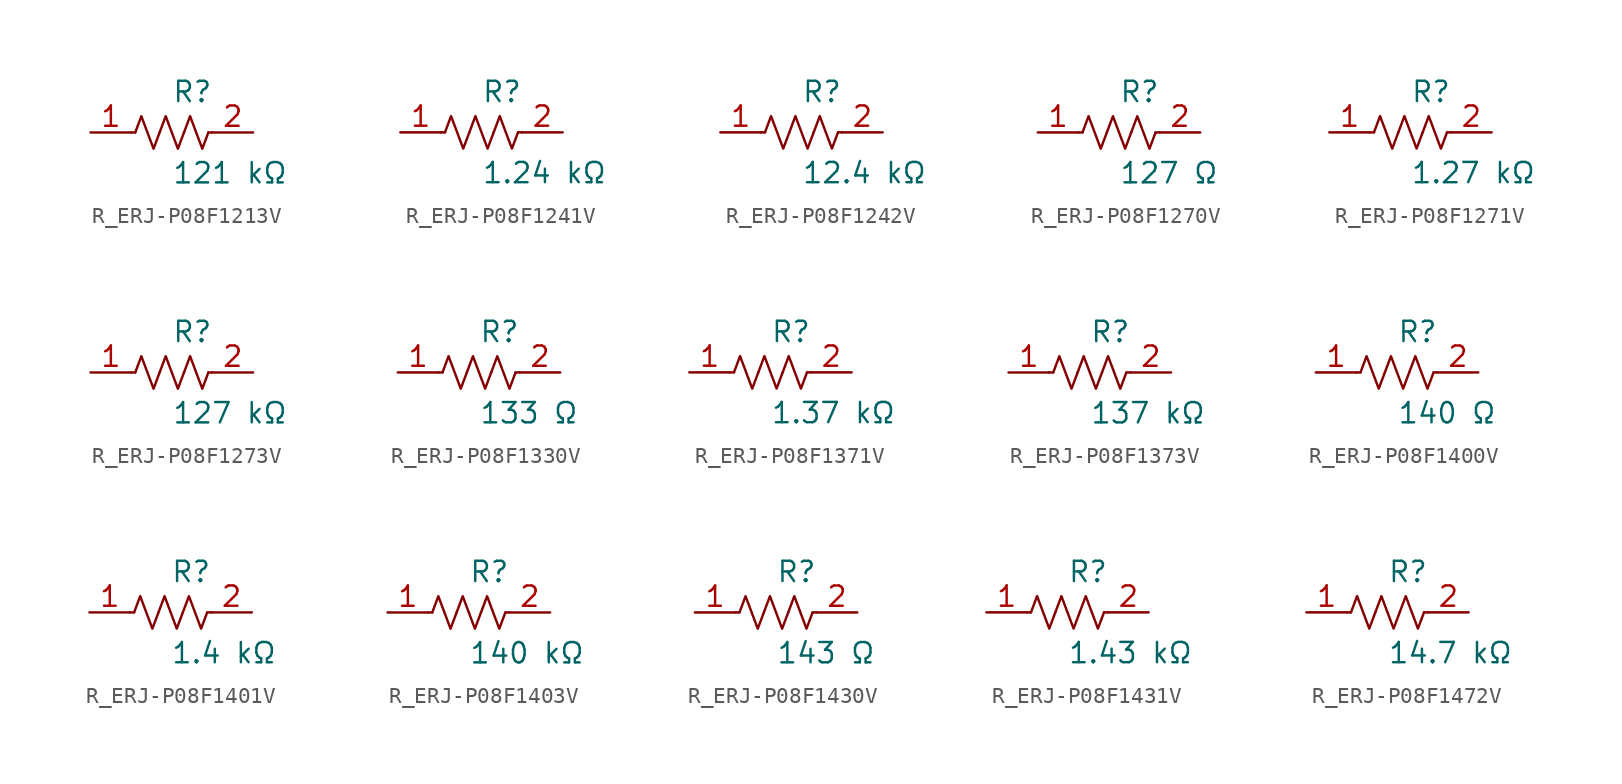
<source format=kicad_sym>
(kicad_symbol_lib
  (version 20231120)
  (generator kicad_symbol_editor)
  (generator_version 8.0)
  (symbol "R_ERJ-P08F1213V"
    (pin_names
      (offset 0.254))
    (property "Reference" "R"
      (at 0.0 2.54 0)
      (effects (font (size 1.27 1.27)) (justify left)))
    (property "Value" "121 kΩ"
      (at 0.0 -2.54 0)
      (effects (font (size 1.27 1.27)) (justify left)))
    (symbol "R_ERJ-P08F1213V_0_1"
      (polyline (pts (xy 2.286 0) (xy 2.54 0)) (stroke (width 0) (type default)) (fill (type none)))
      (polyline (pts (xy -2.286 0) (xy -2.54 0)) (stroke (width 0) (type default)) (fill (type none)))
      (polyline (pts (xy 0.762 0) (xy 1.143 1.016) (xy 1.524 0) (xy 1.905 -1.016) (xy 2.286 0)) (stroke (width 0) (type default)) (fill (type none)))
      (polyline (pts (xy -0.762 0) (xy -0.381 1.016) (xy 0 0) (xy 0.381 -1.016) (xy 0.762 0)) (stroke (width 0) (type default)) (fill (type none)))
      (polyline (pts (xy -2.286 0) (xy -1.905 1.016) (xy -1.524 0) (xy -1.143 -1.016) (xy -0.762 0)) (stroke (width 0) (type default)) (fill (type none))))
    (pin unspecified line
      (at -5.08 0 0)
      (length 2.54)
      (name "" (effects (font (size 1.27 1.27))))
      (number "1" (effects (font (size 1.27 1.27)))))
    (pin unspecified line
      (at 5.08 0 180)
      (length 2.54)
      (name "" (effects (font (size 1.27 1.27))))
      (number "2" (effects (font (size 1.27 1.27))))))
  (symbol "R_ERJ-P08F1241V"
    (pin_names
      (offset 0.254))
    (property "Reference" "R"
      (at 0.0 2.54 0)
      (effects (font (size 1.27 1.27)) (justify left)))
    (property "Value" "1.24 kΩ"
      (at 0.0 -2.54 0)
      (effects (font (size 1.27 1.27)) (justify left)))
    (symbol "R_ERJ-P08F1241V_0_1"
      (polyline (pts (xy 2.286 0) (xy 2.54 0)) (stroke (width 0) (type default)) (fill (type none)))
      (polyline (pts (xy -2.286 0) (xy -2.54 0)) (stroke (width 0) (type default)) (fill (type none)))
      (polyline (pts (xy 0.762 0) (xy 1.143 1.016) (xy 1.524 0) (xy 1.905 -1.016) (xy 2.286 0)) (stroke (width 0) (type default)) (fill (type none)))
      (polyline (pts (xy -0.762 0) (xy -0.381 1.016) (xy 0 0) (xy 0.381 -1.016) (xy 0.762 0)) (stroke (width 0) (type default)) (fill (type none)))
      (polyline (pts (xy -2.286 0) (xy -1.905 1.016) (xy -1.524 0) (xy -1.143 -1.016) (xy -0.762 0)) (stroke (width 0) (type default)) (fill (type none))))
    (pin unspecified line
      (at -5.08 0 0)
      (length 2.54)
      (name "" (effects (font (size 1.27 1.27))))
      (number "1" (effects (font (size 1.27 1.27)))))
    (pin unspecified line
      (at 5.08 0 180)
      (length 2.54)
      (name "" (effects (font (size 1.27 1.27))))
      (number "2" (effects (font (size 1.27 1.27))))))
  (symbol "R_ERJ-P08F1242V"
    (pin_names
      (offset 0.254))
    (property "Reference" "R"
      (at 0.0 2.54 0)
      (effects (font (size 1.27 1.27)) (justify left)))
    (property "Value" "12.4 kΩ"
      (at 0.0 -2.54 0)
      (effects (font (size 1.27 1.27)) (justify left)))
    (symbol "R_ERJ-P08F1242V_0_1"
      (polyline (pts (xy 2.286 0) (xy 2.54 0)) (stroke (width 0) (type default)) (fill (type none)))
      (polyline (pts (xy -2.286 0) (xy -2.54 0)) (stroke (width 0) (type default)) (fill (type none)))
      (polyline (pts (xy 0.762 0) (xy 1.143 1.016) (xy 1.524 0) (xy 1.905 -1.016) (xy 2.286 0)) (stroke (width 0) (type default)) (fill (type none)))
      (polyline (pts (xy -0.762 0) (xy -0.381 1.016) (xy 0 0) (xy 0.381 -1.016) (xy 0.762 0)) (stroke (width 0) (type default)) (fill (type none)))
      (polyline (pts (xy -2.286 0) (xy -1.905 1.016) (xy -1.524 0) (xy -1.143 -1.016) (xy -0.762 0)) (stroke (width 0) (type default)) (fill (type none))))
    (pin unspecified line
      (at -5.08 0 0)
      (length 2.54)
      (name "" (effects (font (size 1.27 1.27))))
      (number "1" (effects (font (size 1.27 1.27)))))
    (pin unspecified line
      (at 5.08 0 180)
      (length 2.54)
      (name "" (effects (font (size 1.27 1.27))))
      (number "2" (effects (font (size 1.27 1.27))))))
  (symbol "R_ERJ-P08F1270V"
    (pin_names
      (offset 0.254))
    (property "Reference" "R"
      (at 0.0 2.54 0)
      (effects (font (size 1.27 1.27)) (justify left)))
    (property "Value" "127 Ω"
      (at 0.0 -2.54 0)
      (effects (font (size 1.27 1.27)) (justify left)))
    (symbol "R_ERJ-P08F1270V_0_1"
      (polyline (pts (xy 2.286 0) (xy 2.54 0)) (stroke (width 0) (type default)) (fill (type none)))
      (polyline (pts (xy -2.286 0) (xy -2.54 0)) (stroke (width 0) (type default)) (fill (type none)))
      (polyline (pts (xy 0.762 0) (xy 1.143 1.016) (xy 1.524 0) (xy 1.905 -1.016) (xy 2.286 0)) (stroke (width 0) (type default)) (fill (type none)))
      (polyline (pts (xy -0.762 0) (xy -0.381 1.016) (xy 0 0) (xy 0.381 -1.016) (xy 0.762 0)) (stroke (width 0) (type default)) (fill (type none)))
      (polyline (pts (xy -2.286 0) (xy -1.905 1.016) (xy -1.524 0) (xy -1.143 -1.016) (xy -0.762 0)) (stroke (width 0) (type default)) (fill (type none))))
    (pin unspecified line
      (at -5.08 0 0)
      (length 2.54)
      (name "" (effects (font (size 1.27 1.27))))
      (number "1" (effects (font (size 1.27 1.27)))))
    (pin unspecified line
      (at 5.08 0 180)
      (length 2.54)
      (name "" (effects (font (size 1.27 1.27))))
      (number "2" (effects (font (size 1.27 1.27))))))
  (symbol "R_ERJ-P08F1271V"
    (pin_names
      (offset 0.254))
    (property "Reference" "R"
      (at 0.0 2.54 0)
      (effects (font (size 1.27 1.27)) (justify left)))
    (property "Value" "1.27 kΩ"
      (at 0.0 -2.54 0)
      (effects (font (size 1.27 1.27)) (justify left)))
    (symbol "R_ERJ-P08F1271V_0_1"
      (polyline (pts (xy 2.286 0) (xy 2.54 0)) (stroke (width 0) (type default)) (fill (type none)))
      (polyline (pts (xy -2.286 0) (xy -2.54 0)) (stroke (width 0) (type default)) (fill (type none)))
      (polyline (pts (xy 0.762 0) (xy 1.143 1.016) (xy 1.524 0) (xy 1.905 -1.016) (xy 2.286 0)) (stroke (width 0) (type default)) (fill (type none)))
      (polyline (pts (xy -0.762 0) (xy -0.381 1.016) (xy 0 0) (xy 0.381 -1.016) (xy 0.762 0)) (stroke (width 0) (type default)) (fill (type none)))
      (polyline (pts (xy -2.286 0) (xy -1.905 1.016) (xy -1.524 0) (xy -1.143 -1.016) (xy -0.762 0)) (stroke (width 0) (type default)) (fill (type none))))
    (pin unspecified line
      (at -5.08 0 0)
      (length 2.54)
      (name "" (effects (font (size 1.27 1.27))))
      (number "1" (effects (font (size 1.27 1.27)))))
    (pin unspecified line
      (at 5.08 0 180)
      (length 2.54)
      (name "" (effects (font (size 1.27 1.27))))
      (number "2" (effects (font (size 1.27 1.27))))))
  (symbol "R_ERJ-P08F1273V"
    (pin_names
      (offset 0.254))
    (property "Reference" "R"
      (at 0.0 2.54 0)
      (effects (font (size 1.27 1.27)) (justify left)))
    (property "Value" "127 kΩ"
      (at 0.0 -2.54 0)
      (effects (font (size 1.27 1.27)) (justify left)))
    (symbol "R_ERJ-P08F1273V_0_1"
      (polyline (pts (xy 2.286 0) (xy 2.54 0)) (stroke (width 0) (type default)) (fill (type none)))
      (polyline (pts (xy -2.286 0) (xy -2.54 0)) (stroke (width 0) (type default)) (fill (type none)))
      (polyline (pts (xy 0.762 0) (xy 1.143 1.016) (xy 1.524 0) (xy 1.905 -1.016) (xy 2.286 0)) (stroke (width 0) (type default)) (fill (type none)))
      (polyline (pts (xy -0.762 0) (xy -0.381 1.016) (xy 0 0) (xy 0.381 -1.016) (xy 0.762 0)) (stroke (width 0) (type default)) (fill (type none)))
      (polyline (pts (xy -2.286 0) (xy -1.905 1.016) (xy -1.524 0) (xy -1.143 -1.016) (xy -0.762 0)) (stroke (width 0) (type default)) (fill (type none))))
    (pin unspecified line
      (at -5.08 0 0)
      (length 2.54)
      (name "" (effects (font (size 1.27 1.27))))
      (number "1" (effects (font (size 1.27 1.27)))))
    (pin unspecified line
      (at 5.08 0 180)
      (length 2.54)
      (name "" (effects (font (size 1.27 1.27))))
      (number "2" (effects (font (size 1.27 1.27))))))
  (symbol "R_ERJ-P08F1330V"
    (pin_names
      (offset 0.254))
    (property "Reference" "R"
      (at 0.0 2.54 0)
      (effects (font (size 1.27 1.27)) (justify left)))
    (property "Value" "133 Ω"
      (at 0.0 -2.54 0)
      (effects (font (size 1.27 1.27)) (justify left)))
    (symbol "R_ERJ-P08F1330V_0_1"
      (polyline (pts (xy 2.286 0) (xy 2.54 0)) (stroke (width 0) (type default)) (fill (type none)))
      (polyline (pts (xy -2.286 0) (xy -2.54 0)) (stroke (width 0) (type default)) (fill (type none)))
      (polyline (pts (xy 0.762 0) (xy 1.143 1.016) (xy 1.524 0) (xy 1.905 -1.016) (xy 2.286 0)) (stroke (width 0) (type default)) (fill (type none)))
      (polyline (pts (xy -0.762 0) (xy -0.381 1.016) (xy 0 0) (xy 0.381 -1.016) (xy 0.762 0)) (stroke (width 0) (type default)) (fill (type none)))
      (polyline (pts (xy -2.286 0) (xy -1.905 1.016) (xy -1.524 0) (xy -1.143 -1.016) (xy -0.762 0)) (stroke (width 0) (type default)) (fill (type none))))
    (pin unspecified line
      (at -5.08 0 0)
      (length 2.54)
      (name "" (effects (font (size 1.27 1.27))))
      (number "1" (effects (font (size 1.27 1.27)))))
    (pin unspecified line
      (at 5.08 0 180)
      (length 2.54)
      (name "" (effects (font (size 1.27 1.27))))
      (number "2" (effects (font (size 1.27 1.27))))))
  (symbol "R_ERJ-P08F1371V"
    (pin_names
      (offset 0.254))
    (property "Reference" "R"
      (at 0.0 2.54 0)
      (effects (font (size 1.27 1.27)) (justify left)))
    (property "Value" "1.37 kΩ"
      (at 0.0 -2.54 0)
      (effects (font (size 1.27 1.27)) (justify left)))
    (symbol "R_ERJ-P08F1371V_0_1"
      (polyline (pts (xy 2.286 0) (xy 2.54 0)) (stroke (width 0) (type default)) (fill (type none)))
      (polyline (pts (xy -2.286 0) (xy -2.54 0)) (stroke (width 0) (type default)) (fill (type none)))
      (polyline (pts (xy 0.762 0) (xy 1.143 1.016) (xy 1.524 0) (xy 1.905 -1.016) (xy 2.286 0)) (stroke (width 0) (type default)) (fill (type none)))
      (polyline (pts (xy -0.762 0) (xy -0.381 1.016) (xy 0 0) (xy 0.381 -1.016) (xy 0.762 0)) (stroke (width 0) (type default)) (fill (type none)))
      (polyline (pts (xy -2.286 0) (xy -1.905 1.016) (xy -1.524 0) (xy -1.143 -1.016) (xy -0.762 0)) (stroke (width 0) (type default)) (fill (type none))))
    (pin unspecified line
      (at -5.08 0 0)
      (length 2.54)
      (name "" (effects (font (size 1.27 1.27))))
      (number "1" (effects (font (size 1.27 1.27)))))
    (pin unspecified line
      (at 5.08 0 180)
      (length 2.54)
      (name "" (effects (font (size 1.27 1.27))))
      (number "2" (effects (font (size 1.27 1.27))))))
  (symbol "R_ERJ-P08F1373V"
    (pin_names
      (offset 0.254))
    (property "Reference" "R"
      (at 0.0 2.54 0)
      (effects (font (size 1.27 1.27)) (justify left)))
    (property "Value" "137 kΩ"
      (at 0.0 -2.54 0)
      (effects (font (size 1.27 1.27)) (justify left)))
    (symbol "R_ERJ-P08F1373V_0_1"
      (polyline (pts (xy 2.286 0) (xy 2.54 0)) (stroke (width 0) (type default)) (fill (type none)))
      (polyline (pts (xy -2.286 0) (xy -2.54 0)) (stroke (width 0) (type default)) (fill (type none)))
      (polyline (pts (xy 0.762 0) (xy 1.143 1.016) (xy 1.524 0) (xy 1.905 -1.016) (xy 2.286 0)) (stroke (width 0) (type default)) (fill (type none)))
      (polyline (pts (xy -0.762 0) (xy -0.381 1.016) (xy 0 0) (xy 0.381 -1.016) (xy 0.762 0)) (stroke (width 0) (type default)) (fill (type none)))
      (polyline (pts (xy -2.286 0) (xy -1.905 1.016) (xy -1.524 0) (xy -1.143 -1.016) (xy -0.762 0)) (stroke (width 0) (type default)) (fill (type none))))
    (pin unspecified line
      (at -5.08 0 0)
      (length 2.54)
      (name "" (effects (font (size 1.27 1.27))))
      (number "1" (effects (font (size 1.27 1.27)))))
    (pin unspecified line
      (at 5.08 0 180)
      (length 2.54)
      (name "" (effects (font (size 1.27 1.27))))
      (number "2" (effects (font (size 1.27 1.27))))))
  (symbol "R_ERJ-P08F1400V"
    (pin_names
      (offset 0.254))
    (property "Reference" "R"
      (at 0.0 2.54 0)
      (effects (font (size 1.27 1.27)) (justify left)))
    (property "Value" "140 Ω"
      (at 0.0 -2.54 0)
      (effects (font (size 1.27 1.27)) (justify left)))
    (symbol "R_ERJ-P08F1400V_0_1"
      (polyline (pts (xy 2.286 0) (xy 2.54 0)) (stroke (width 0) (type default)) (fill (type none)))
      (polyline (pts (xy -2.286 0) (xy -2.54 0)) (stroke (width 0) (type default)) (fill (type none)))
      (polyline (pts (xy 0.762 0) (xy 1.143 1.016) (xy 1.524 0) (xy 1.905 -1.016) (xy 2.286 0)) (stroke (width 0) (type default)) (fill (type none)))
      (polyline (pts (xy -0.762 0) (xy -0.381 1.016) (xy 0 0) (xy 0.381 -1.016) (xy 0.762 0)) (stroke (width 0) (type default)) (fill (type none)))
      (polyline (pts (xy -2.286 0) (xy -1.905 1.016) (xy -1.524 0) (xy -1.143 -1.016) (xy -0.762 0)) (stroke (width 0) (type default)) (fill (type none))))
    (pin unspecified line
      (at -5.08 0 0)
      (length 2.54)
      (name "" (effects (font (size 1.27 1.27))))
      (number "1" (effects (font (size 1.27 1.27)))))
    (pin unspecified line
      (at 5.08 0 180)
      (length 2.54)
      (name "" (effects (font (size 1.27 1.27))))
      (number "2" (effects (font (size 1.27 1.27))))))
  (symbol "R_ERJ-P08F1401V"
    (pin_names
      (offset 0.254))
    (property "Reference" "R"
      (at 0.0 2.54 0)
      (effects (font (size 1.27 1.27)) (justify left)))
    (property "Value" "1.4 kΩ"
      (at 0.0 -2.54 0)
      (effects (font (size 1.27 1.27)) (justify left)))
    (symbol "R_ERJ-P08F1401V_0_1"
      (polyline (pts (xy 2.286 0) (xy 2.54 0)) (stroke (width 0) (type default)) (fill (type none)))
      (polyline (pts (xy -2.286 0) (xy -2.54 0)) (stroke (width 0) (type default)) (fill (type none)))
      (polyline (pts (xy 0.762 0) (xy 1.143 1.016) (xy 1.524 0) (xy 1.905 -1.016) (xy 2.286 0)) (stroke (width 0) (type default)) (fill (type none)))
      (polyline (pts (xy -0.762 0) (xy -0.381 1.016) (xy 0 0) (xy 0.381 -1.016) (xy 0.762 0)) (stroke (width 0) (type default)) (fill (type none)))
      (polyline (pts (xy -2.286 0) (xy -1.905 1.016) (xy -1.524 0) (xy -1.143 -1.016) (xy -0.762 0)) (stroke (width 0) (type default)) (fill (type none))))
    (pin unspecified line
      (at -5.08 0 0)
      (length 2.54)
      (name "" (effects (font (size 1.27 1.27))))
      (number "1" (effects (font (size 1.27 1.27)))))
    (pin unspecified line
      (at 5.08 0 180)
      (length 2.54)
      (name "" (effects (font (size 1.27 1.27))))
      (number "2" (effects (font (size 1.27 1.27))))))
  (symbol "R_ERJ-P08F1403V"
    (pin_names
      (offset 0.254))
    (property "Reference" "R"
      (at 0.0 2.54 0)
      (effects (font (size 1.27 1.27)) (justify left)))
    (property "Value" "140 kΩ"
      (at 0.0 -2.54 0)
      (effects (font (size 1.27 1.27)) (justify left)))
    (symbol "R_ERJ-P08F1403V_0_1"
      (polyline (pts (xy 2.286 0) (xy 2.54 0)) (stroke (width 0) (type default)) (fill (type none)))
      (polyline (pts (xy -2.286 0) (xy -2.54 0)) (stroke (width 0) (type default)) (fill (type none)))
      (polyline (pts (xy 0.762 0) (xy 1.143 1.016) (xy 1.524 0) (xy 1.905 -1.016) (xy 2.286 0)) (stroke (width 0) (type default)) (fill (type none)))
      (polyline (pts (xy -0.762 0) (xy -0.381 1.016) (xy 0 0) (xy 0.381 -1.016) (xy 0.762 0)) (stroke (width 0) (type default)) (fill (type none)))
      (polyline (pts (xy -2.286 0) (xy -1.905 1.016) (xy -1.524 0) (xy -1.143 -1.016) (xy -0.762 0)) (stroke (width 0) (type default)) (fill (type none))))
    (pin unspecified line
      (at -5.08 0 0)
      (length 2.54)
      (name "" (effects (font (size 1.27 1.27))))
      (number "1" (effects (font (size 1.27 1.27)))))
    (pin unspecified line
      (at 5.08 0 180)
      (length 2.54)
      (name "" (effects (font (size 1.27 1.27))))
      (number "2" (effects (font (size 1.27 1.27))))))
  (symbol "R_ERJ-P08F1430V"
    (pin_names
      (offset 0.254))
    (property "Reference" "R"
      (at 0.0 2.54 0)
      (effects (font (size 1.27 1.27)) (justify left)))
    (property "Value" "143 Ω"
      (at 0.0 -2.54 0)
      (effects (font (size 1.27 1.27)) (justify left)))
    (symbol "R_ERJ-P08F1430V_0_1"
      (polyline (pts (xy 2.286 0) (xy 2.54 0)) (stroke (width 0) (type default)) (fill (type none)))
      (polyline (pts (xy -2.286 0) (xy -2.54 0)) (stroke (width 0) (type default)) (fill (type none)))
      (polyline (pts (xy 0.762 0) (xy 1.143 1.016) (xy 1.524 0) (xy 1.905 -1.016) (xy 2.286 0)) (stroke (width 0) (type default)) (fill (type none)))
      (polyline (pts (xy -0.762 0) (xy -0.381 1.016) (xy 0 0) (xy 0.381 -1.016) (xy 0.762 0)) (stroke (width 0) (type default)) (fill (type none)))
      (polyline (pts (xy -2.286 0) (xy -1.905 1.016) (xy -1.524 0) (xy -1.143 -1.016) (xy -0.762 0)) (stroke (width 0) (type default)) (fill (type none))))
    (pin unspecified line
      (at -5.08 0 0)
      (length 2.54)
      (name "" (effects (font (size 1.27 1.27))))
      (number "1" (effects (font (size 1.27 1.27)))))
    (pin unspecified line
      (at 5.08 0 180)
      (length 2.54)
      (name "" (effects (font (size 1.27 1.27))))
      (number "2" (effects (font (size 1.27 1.27))))))
  (symbol "R_ERJ-P08F1431V"
    (pin_names
      (offset 0.254))
    (property "Reference" "R"
      (at 0.0 2.54 0)
      (effects (font (size 1.27 1.27)) (justify left)))
    (property "Value" "1.43 kΩ"
      (at 0.0 -2.54 0)
      (effects (font (size 1.27 1.27)) (justify left)))
    (symbol "R_ERJ-P08F1431V_0_1"
      (polyline (pts (xy 2.286 0) (xy 2.54 0)) (stroke (width 0) (type default)) (fill (type none)))
      (polyline (pts (xy -2.286 0) (xy -2.54 0)) (stroke (width 0) (type default)) (fill (type none)))
      (polyline (pts (xy 0.762 0) (xy 1.143 1.016) (xy 1.524 0) (xy 1.905 -1.016) (xy 2.286 0)) (stroke (width 0) (type default)) (fill (type none)))
      (polyline (pts (xy -0.762 0) (xy -0.381 1.016) (xy 0 0) (xy 0.381 -1.016) (xy 0.762 0)) (stroke (width 0) (type default)) (fill (type none)))
      (polyline (pts (xy -2.286 0) (xy -1.905 1.016) (xy -1.524 0) (xy -1.143 -1.016) (xy -0.762 0)) (stroke (width 0) (type default)) (fill (type none))))
    (pin unspecified line
      (at -5.08 0 0)
      (length 2.54)
      (name "" (effects (font (size 1.27 1.27))))
      (number "1" (effects (font (size 1.27 1.27)))))
    (pin unspecified line
      (at 5.08 0 180)
      (length 2.54)
      (name "" (effects (font (size 1.27 1.27))))
      (number "2" (effects (font (size 1.27 1.27))))))
  (symbol "R_ERJ-P08F1472V"
    (pin_names
      (offset 0.254))
    (property "Reference" "R"
      (at 0.0 2.54 0)
      (effects (font (size 1.27 1.27)) (justify left)))
    (property "Value" "14.7 kΩ"
      (at 0.0 -2.54 0)
      (effects (font (size 1.27 1.27)) (justify left)))
    (symbol "R_ERJ-P08F1472V_0_1"
      (polyline (pts (xy 2.286 0) (xy 2.54 0)) (stroke (width 0) (type default)) (fill (type none)))
      (polyline (pts (xy -2.286 0) (xy -2.54 0)) (stroke (width 0) (type default)) (fill (type none)))
      (polyline (pts (xy 0.762 0) (xy 1.143 1.016) (xy 1.524 0) (xy 1.905 -1.016) (xy 2.286 0)) (stroke (width 0) (type default)) (fill (type none)))
      (polyline (pts (xy -0.762 0) (xy -0.381 1.016) (xy 0 0) (xy 0.381 -1.016) (xy 0.762 0)) (stroke (width 0) (type default)) (fill (type none)))
      (polyline (pts (xy -2.286 0) (xy -1.905 1.016) (xy -1.524 0) (xy -1.143 -1.016) (xy -0.762 0)) (stroke (width 0) (type default)) (fill (type none))))
    (pin unspecified line
      (at -5.08 0 0)
      (length 2.54)
      (name "" (effects (font (size 1.27 1.27))))
      (number "1" (effects (font (size 1.27 1.27)))))
    (pin unspecified line
      (at 5.08 0 180)
      (length 2.54)
      (name "" (effects (font (size 1.27 1.27))))
      (number "2" (effects (font (size 1.27 1.27)))))))
</source>
